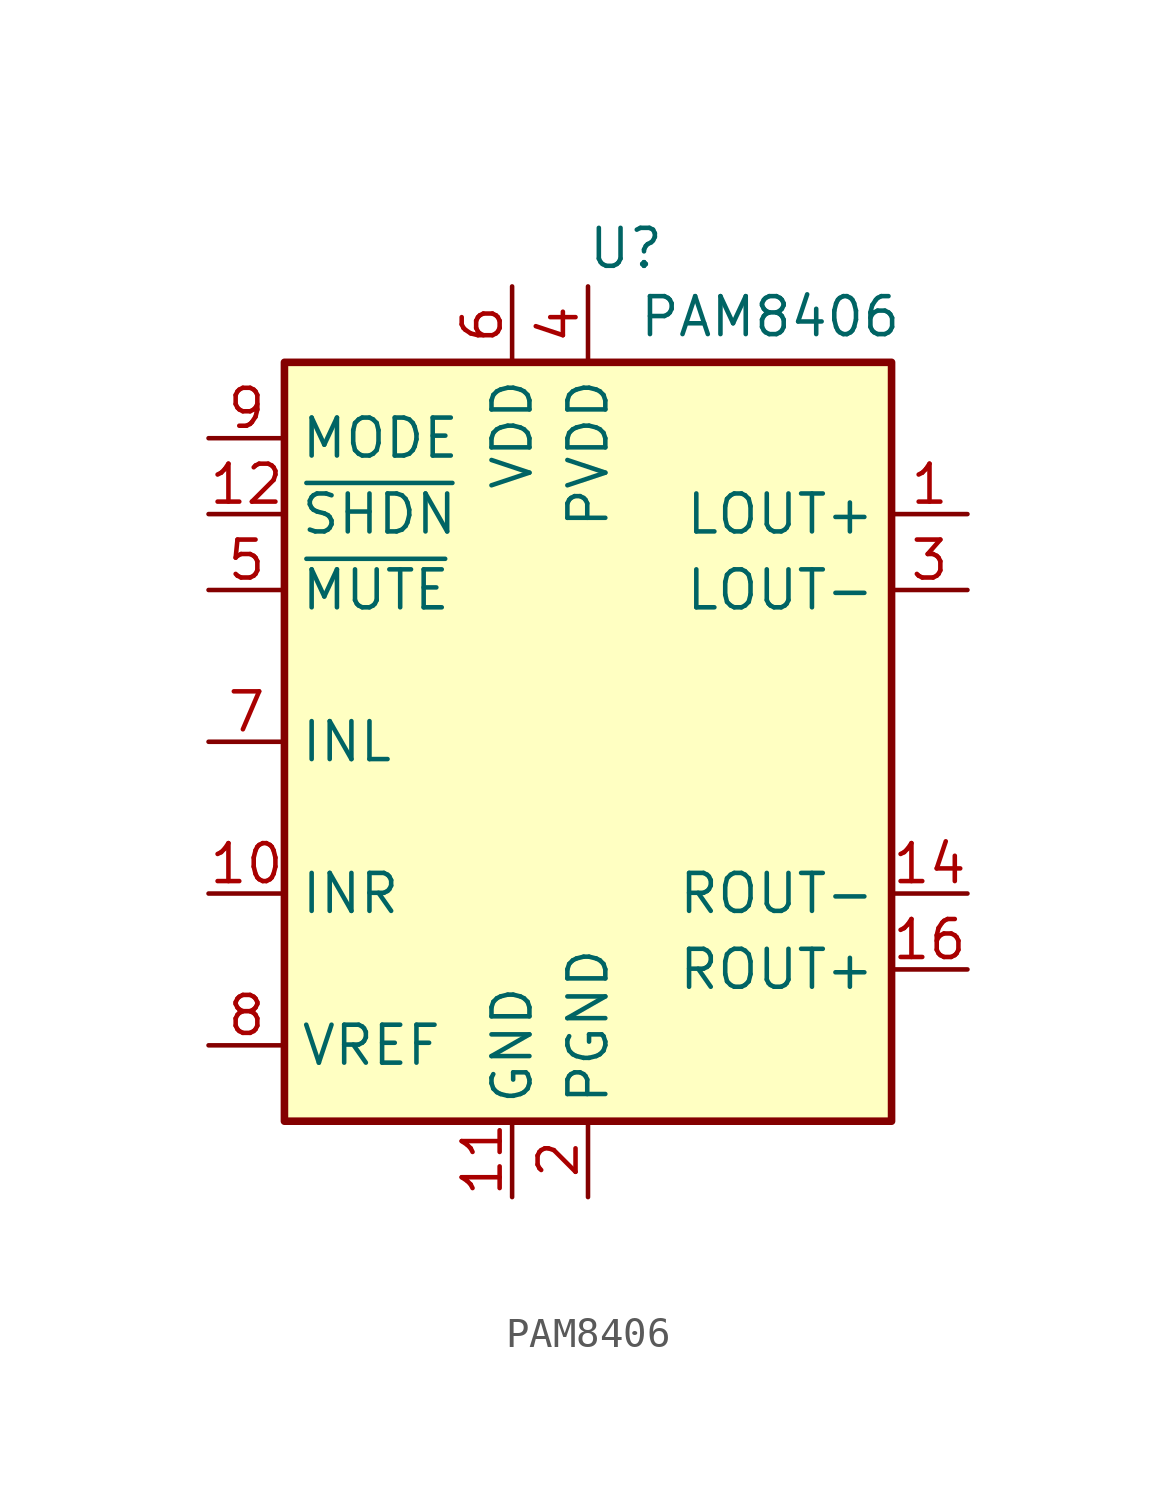
<source format=kicad_sym>
(kicad_symbol_lib
  (version 20211014)
  (generator kicad_symbol_editor)
  (symbol "PAM8406"
    (property "Reference" "U"
      (at 1.27 16.51 0)
      (effects (font (size 1.27 1.27))))
    (property "Value" "PAM8406"
      (at 6.096 14.224 0)
      (effects (font (size 1.27 1.27))))
    (symbol "PAM8406_0_1"
      (rectangle (start -10.16 12.7) (end 10.16 -12.7) (stroke (width 0.254) (type default) (color 0 0 0 0)) (fill (type background))))
    (symbol "PAM8406_1_1"
      (pin output line (at 12.7 7.62 180) (length 2.54) (name "LOUT+" (effects (font (size 1.27 1.27)))) (number "1" (effects (font (size 1.27 1.27)))))
      (pin input line (at -12.7 -5.08 0) (length 2.54) (name "INR" (effects (font (size 1.27 1.27)))) (number "10" (effects (font (size 1.27 1.27)))))
      (pin power_in line (at -2.54 -15.24 90) (length 2.54) (name "GND" (effects (font (size 1.27 1.27)))) (number "11" (effects (font (size 1.27 1.27)))))
      (pin input line (at -12.7 7.62 0) (length 2.54) (name "~{SHDN}" (effects (font (size 1.27 1.27)))) (number "12" (effects (font (size 1.27 1.27)))))
      (pin passive line (at 0 15.24 270) (length 2.54) hide (name "PVDD" (effects (font (size 1.27 1.27)))) (number "13" (effects (font (size 1.27 1.27)))))
      (pin output line (at 12.7 -5.08 180) (length 2.54) (name "ROUT-" (effects (font (size 1.27 1.27)))) (number "14" (effects (font (size 1.27 1.27)))))
      (pin passive line (at 0 -15.24 90) (length 2.54) hide (name "PGND" (effects (font (size 1.27 1.27)))) (number "15" (effects (font (size 1.27 1.27)))))
      (pin output line (at 12.7 -7.62 180) (length 2.54) (name "ROUT+" (effects (font (size 1.27 1.27)))) (number "16" (effects (font (size 1.27 1.27)))))
      (pin power_in line (at 0 -15.24 90) (length 2.54) (name "PGND" (effects (font (size 1.27 1.27)))) (number "2" (effects (font (size 1.27 1.27)))))
      (pin output line (at 12.7 5.08 180) (length 2.54) (name "LOUT-" (effects (font (size 1.27 1.27)))) (number "3" (effects (font (size 1.27 1.27)))))
      (pin power_in line (at 0 15.24 270) (length 2.54) (name "PVDD" (effects (font (size 1.27 1.27)))) (number "4" (effects (font (size 1.27 1.27)))))
      (pin input line (at -12.7 5.08 0) (length 2.54) (name "~{MUTE}" (effects (font (size 1.27 1.27)))) (number "5" (effects (font (size 1.27 1.27)))))
      (pin power_in line (at -2.54 15.24 270) (length 2.54) (name "VDD" (effects (font (size 1.27 1.27)))) (number "6" (effects (font (size 1.27 1.27)))))
      (pin input line (at -12.7 0 0) (length 2.54) (name "INL" (effects (font (size 1.27 1.27)))) (number "7" (effects (font (size 1.27 1.27)))))
      (pin input line (at -12.7 -10.16 0) (length 2.54) (name "VREF" (effects (font (size 1.27 1.27)))) (number "8" (effects (font (size 1.27 1.27)))))
      (pin input line (at -12.7 10.16 0) (length 2.54) (name "MODE" (effects (font (size 1.27 1.27)))) (number "9" (effects (font (size 1.27 1.27))))))))
</source>
